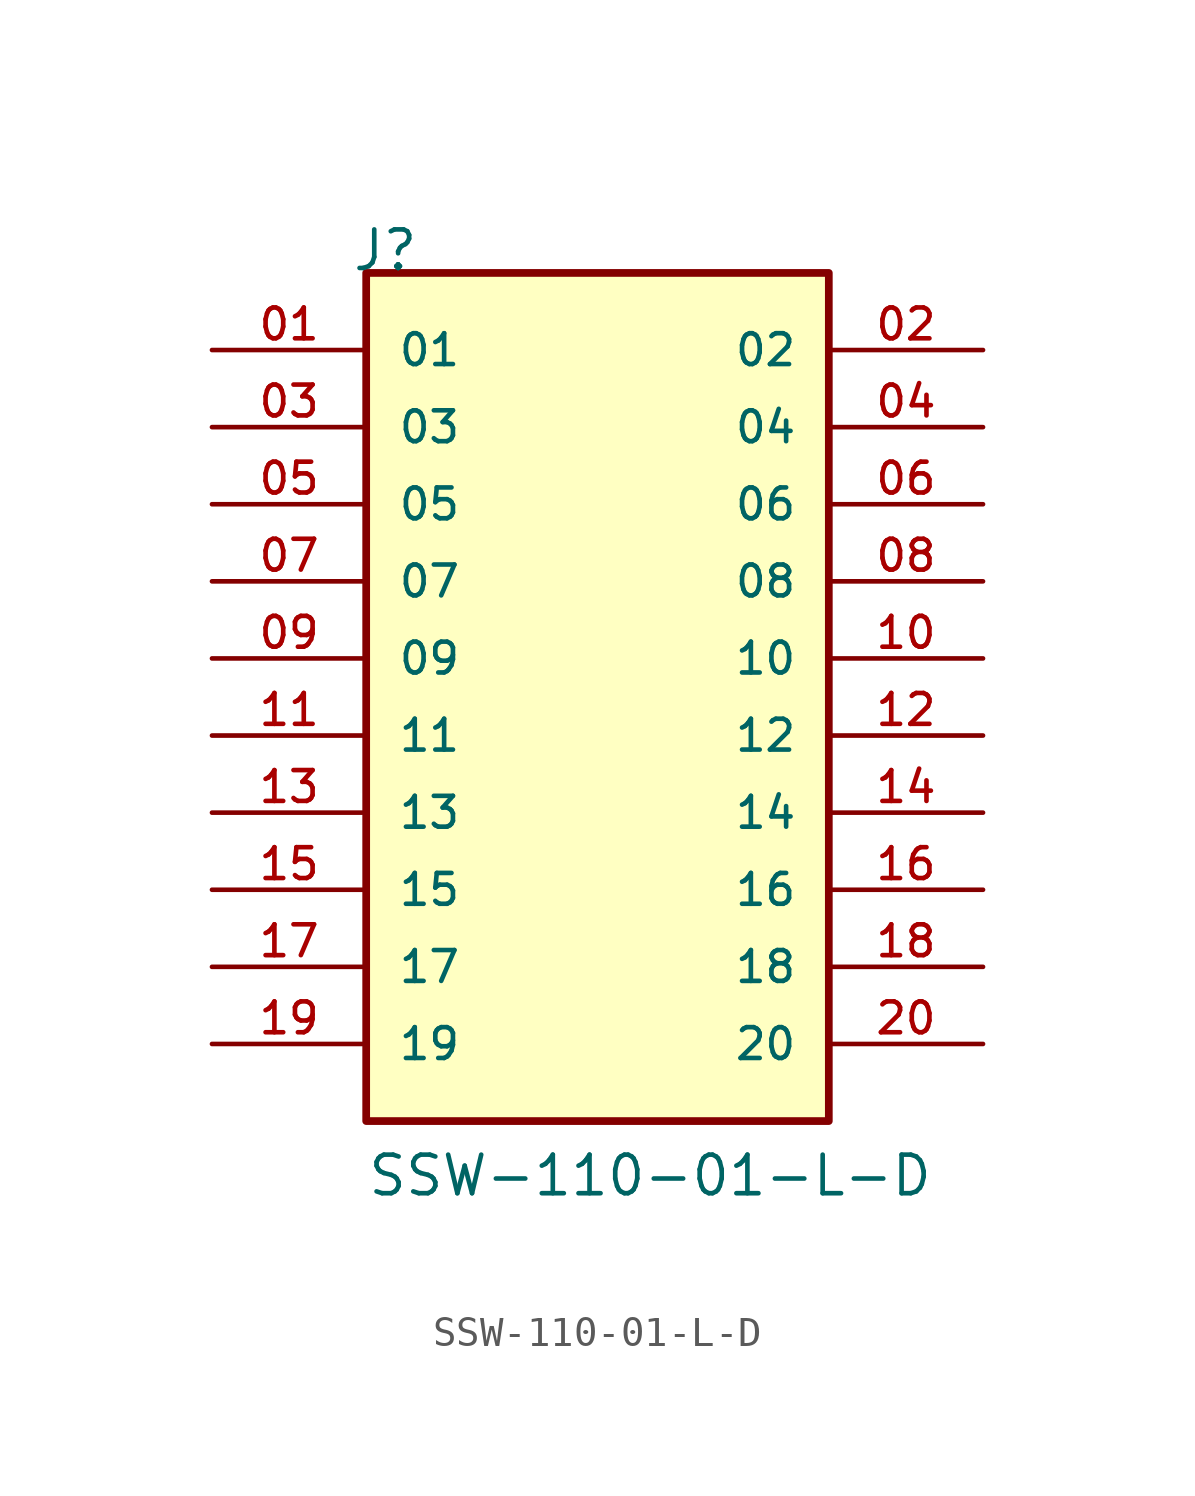
<source format=kicad_sym>
(kicad_symbol_lib
  (version 20211014)
  (generator kicad_symbol_editor)
  (symbol "SSW-110-01-L-D"
    (pin_names
      (offset 1.016))
    (property "Reference" "J"
      (at -8.12 15.24 0)
      (effects (font (size 1.27 1.27)) (justify bottom left)))
    (property "Value" "SSW-110-01-L-D"
      (at -7.62 -15.24 0)
      (effects (font (size 1.27 1.27)) (justify bottom left)))
    (symbol "SSW-110-01-L-D_0_0"
      (rectangle (start -7.62 -12.7) (end 7.62 15.24) (stroke (width 0.254)) (fill (type background)))
      (pin passive line (at -12.7 12.7 0) (length 5.08) (name "01" (effects (font (size 1.016 1.016)))) (number "01" (effects (font (size 1.016 1.016)))))
      (pin passive line (at 12.7 12.7 180.0) (length 5.08) (name "02" (effects (font (size 1.016 1.016)))) (number "02" (effects (font (size 1.016 1.016)))))
      (pin passive line (at -12.7 10.16 0) (length 5.08) (name "03" (effects (font (size 1.016 1.016)))) (number "03" (effects (font (size 1.016 1.016)))))
      (pin passive line (at 12.7 10.16 180.0) (length 5.08) (name "04" (effects (font (size 1.016 1.016)))) (number "04" (effects (font (size 1.016 1.016)))))
      (pin passive line (at -12.7 7.62 0) (length 5.08) (name "05" (effects (font (size 1.016 1.016)))) (number "05" (effects (font (size 1.016 1.016)))))
      (pin passive line (at 12.7 7.62 180.0) (length 5.08) (name "06" (effects (font (size 1.016 1.016)))) (number "06" (effects (font (size 1.016 1.016)))))
      (pin passive line (at -12.7 5.08 0) (length 5.08) (name "07" (effects (font (size 1.016 1.016)))) (number "07" (effects (font (size 1.016 1.016)))))
      (pin passive line (at 12.7 5.08 180.0) (length 5.08) (name "08" (effects (font (size 1.016 1.016)))) (number "08" (effects (font (size 1.016 1.016)))))
      (pin passive line (at -12.7 2.54 0) (length 5.08) (name "09" (effects (font (size 1.016 1.016)))) (number "09" (effects (font (size 1.016 1.016)))))
      (pin passive line (at 12.7 2.54 180.0) (length 5.08) (name "10" (effects (font (size 1.016 1.016)))) (number "10" (effects (font (size 1.016 1.016)))))
      (pin passive line (at -12.7 0.0 0) (length 5.08) (name "11" (effects (font (size 1.016 1.016)))) (number "11" (effects (font (size 1.016 1.016)))))
      (pin passive line (at 12.7 0.0 180.0) (length 5.08) (name "12" (effects (font (size 1.016 1.016)))) (number "12" (effects (font (size 1.016 1.016)))))
      (pin passive line (at -12.7 -2.54 0) (length 5.08) (name "13" (effects (font (size 1.016 1.016)))) (number "13" (effects (font (size 1.016 1.016)))))
      (pin passive line (at 12.7 -2.54 180.0) (length 5.08) (name "14" (effects (font (size 1.016 1.016)))) (number "14" (effects (font (size 1.016 1.016)))))
      (pin passive line (at -12.7 -5.08 0) (length 5.08) (name "15" (effects (font (size 1.016 1.016)))) (number "15" (effects (font (size 1.016 1.016)))))
      (pin passive line (at 12.7 -5.08 180.0) (length 5.08) (name "16" (effects (font (size 1.016 1.016)))) (number "16" (effects (font (size 1.016 1.016)))))
      (pin passive line (at -12.7 -7.62 0) (length 5.08) (name "17" (effects (font (size 1.016 1.016)))) (number "17" (effects (font (size 1.016 1.016)))))
      (pin passive line (at 12.7 -7.62 180.0) (length 5.08) (name "18" (effects (font (size 1.016 1.016)))) (number "18" (effects (font (size 1.016 1.016)))))
      (pin passive line (at -12.7 -10.16 0) (length 5.08) (name "19" (effects (font (size 1.016 1.016)))) (number "19" (effects (font (size 1.016 1.016)))))
      (pin passive line (at 12.7 -10.16 180.0) (length 5.08) (name "20" (effects (font (size 1.016 1.016)))) (number "20" (effects (font (size 1.016 1.016))))))))
</source>
